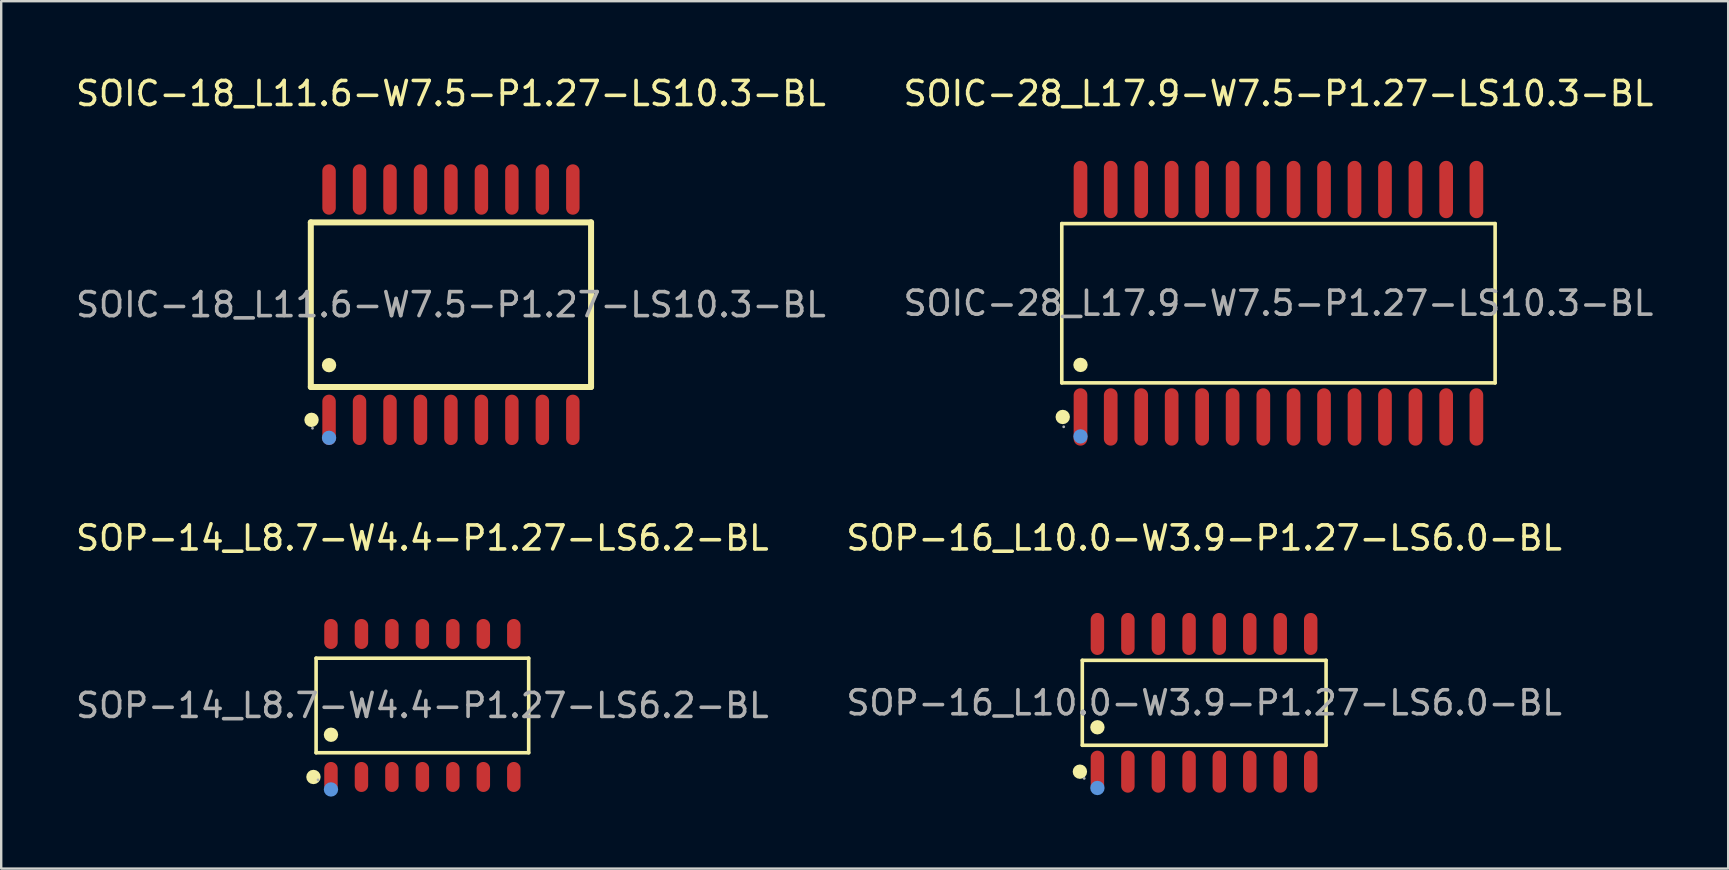
<source format=kicad_pcb>
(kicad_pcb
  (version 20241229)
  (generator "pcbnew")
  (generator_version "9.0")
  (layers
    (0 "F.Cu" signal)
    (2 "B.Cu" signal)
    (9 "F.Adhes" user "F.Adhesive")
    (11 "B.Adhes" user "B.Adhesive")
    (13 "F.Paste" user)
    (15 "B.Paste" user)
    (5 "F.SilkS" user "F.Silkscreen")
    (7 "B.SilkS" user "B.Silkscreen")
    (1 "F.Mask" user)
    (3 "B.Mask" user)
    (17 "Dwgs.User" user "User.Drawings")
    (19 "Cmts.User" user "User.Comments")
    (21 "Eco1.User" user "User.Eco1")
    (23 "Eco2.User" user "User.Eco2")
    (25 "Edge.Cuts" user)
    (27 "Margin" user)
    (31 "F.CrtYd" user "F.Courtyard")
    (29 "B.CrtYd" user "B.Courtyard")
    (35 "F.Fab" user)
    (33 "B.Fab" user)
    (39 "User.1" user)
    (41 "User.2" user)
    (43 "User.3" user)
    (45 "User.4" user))
  (footprint "SOP-16_L10.0-W3.9-P1.27-LS6.0-BL"
    (layer "F.Cu")
    (at 47.137 26.241)
    (property "Reference" "SOP-16_L10.0-W3.9-P1.27-LS6.0-BL" (at 0 -6.87 0) (layer "F.SilkS") (effects (font (size 1 1) (thickness 0.15))))
    (attr through_hole)
    (fp_line (start -5.08 -1.77) (end 5.08 -1.77) (stroke (width 0.15) (type solid)) (layer "F.SilkS"))
    (fp_line (start -5.08 1.77) (end -5.08 -1.77) (stroke (width 0.15) (type solid)) (layer "F.SilkS"))
    (fp_line (start 5.08 -1.77) (end 5.08 1.77) (stroke (width 0.15) (type solid)) (layer "F.SilkS"))
    (fp_line (start 5.08 1.77) (end -5.08 1.77) (stroke (width 0.15) (type solid)) (layer "F.SilkS"))
    (fp_circle (center -5.18 2.87) (end -5.03 2.87) (stroke (width 0.3) (type solid)) (fill no) (layer "F.SilkS"))
    (fp_circle (center -4.45 1.02) (end -4.3 1.02) (stroke (width 0.3) (type solid)) (fill no) (layer "F.SilkS"))
    (fp_circle (center -4.45 3.55) (end -4.3 3.55) (stroke (width 0.3) (type solid)) (fill no) (layer "Cmts.User"))
    (fp_circle (center -5 3.15) (end -4.97 3.15) (stroke (width 0.06) (type solid)) (fill no) (layer "F.Fab"))
    (fp_text user "${REFERENCE}" (at 0 0 0) (layer "F.Fab") (effects (font (size 1 1) (thickness 0.15))))
    (pad "1" smd oval (at -4.45 2.87) (size 0.56 1.75) (layers "F.Cu" "F.Mask" "F.Paste"))
    (pad "2" smd oval (at -3.18 2.87) (size 0.56 1.75) (layers "F.Cu" "F.Mask" "F.Paste"))
    (pad "3" smd oval (at -1.91 2.87) (size 0.56 1.75) (layers "F.Cu" "F.Mask" "F.Paste"))
    (pad "4" smd oval (at -0.63 2.87) (size 0.56 1.75) (layers "F.Cu" "F.Mask" "F.Paste"))
    (pad "5" smd oval (at 0.63 2.87) (size 0.56 1.75) (layers "F.Cu" "F.Mask" "F.Paste"))
    (pad "6" smd oval (at 1.9 2.87) (size 0.56 1.75) (layers "F.Cu" "F.Mask" "F.Paste"))
    (pad "7" smd oval (at 3.17 2.87) (size 0.56 1.75) (layers "F.Cu" "F.Mask" "F.Paste"))
    (pad "8" smd oval (at 4.44 2.87) (size 0.56 1.75) (layers "F.Cu" "F.Mask" "F.Paste"))
    (pad "9" smd oval (at 4.44 -2.87) (size 0.56 1.75) (layers "F.Cu" "F.Mask" "F.Paste"))
    (pad "10" smd oval (at 3.17 -2.87) (size 0.56 1.75) (layers "F.Cu" "F.Mask" "F.Paste"))
    (pad "11" smd oval (at 1.9 -2.87) (size 0.56 1.75) (layers "F.Cu" "F.Mask" "F.Paste"))
    (pad "12" smd oval (at 0.63 -2.87) (size 0.56 1.75) (layers "F.Cu" "F.Mask" "F.Paste"))
    (pad "13" smd oval (at -0.63 -2.87) (size 0.56 1.75) (layers "F.Cu" "F.Mask" "F.Paste"))
    (pad "14" smd oval (at -1.91 -2.87) (size 0.56 1.75) (layers "F.Cu" "F.Mask" "F.Paste"))
    (pad "15" smd oval (at -3.18 -2.87) (size 0.56 1.75) (layers "F.Cu" "F.Mask" "F.Paste"))
    (pad "16" smd oval (at -4.45 -2.87) (size 0.56 1.75) (layers "F.Cu" "F.Mask" "F.Paste")))
  (footprint "SOP-14_L8.7-W4.4-P1.27-LS6.2-BL"
    (layer "F.Cu")
    (at 14.554 26.352)
    (property "Reference" "SOP-14_L8.7-W4.4-P1.27-LS6.2-BL" (at 0 -6.98 0) (layer "F.SilkS") (effects (font (size 1 1) (thickness 0.15))))
    (attr through_hole)
    (fp_line (start -4.43 -1.97) (end 4.43 -1.97) (stroke (width 0.15) (type solid)) (layer "F.SilkS"))
    (fp_line (start -4.43 1.97) (end -4.43 -1.97) (stroke (width 0.15) (type solid)) (layer "F.SilkS"))
    (fp_line (start 4.43 -1.97) (end 4.43 1.97) (stroke (width 0.15) (type solid)) (layer "F.SilkS"))
    (fp_line (start 4.43 1.97) (end -4.43 1.97) (stroke (width 0.15) (type solid)) (layer "F.SilkS"))
    (fp_circle (center -4.54 2.98) (end -4.39 2.98) (stroke (width 0.3) (type solid)) (fill no) (layer "F.SilkS"))
    (fp_circle (center -3.81 1.22) (end -3.66 1.22) (stroke (width 0.3) (type solid)) (fill no) (layer "F.SilkS"))
    (fp_circle (center -3.81 3.5) (end -3.66 3.5) (stroke (width 0.3) (type solid)) (fill no) (layer "Cmts.User"))
    (fp_circle (center -4.35 3.1) (end -4.32 3.1) (stroke (width 0.06) (type solid)) (fill no) (layer "F.Fab"))
    (fp_text user "${REFERENCE}" (at 0 0 0) (layer "F.Fab") (effects (font (size 1 1) (thickness 0.15))))
    (pad "1" smd oval (at -3.81 2.98) (size 0.56 1.25) (layers "F.Cu" "F.Mask" "F.Paste"))
    (pad "2" smd oval (at -2.54 2.98) (size 0.56 1.25) (layers "F.Cu" "F.Mask" "F.Paste"))
    (pad "3" smd oval (at -1.27 2.98) (size 0.56 1.25) (layers "F.Cu" "F.Mask" "F.Paste"))
    (pad "4" smd oval (at 0 2.98) (size 0.56 1.25) (layers "F.Cu" "F.Mask" "F.Paste"))
    (pad "5" smd oval (at 1.27 2.98) (size 0.56 1.25) (layers "F.Cu" "F.Mask" "F.Paste"))
    (pad "6" smd oval (at 2.54 2.98) (size 0.56 1.25) (layers "F.Cu" "F.Mask" "F.Paste"))
    (pad "7" smd oval (at 3.81 2.98) (size 0.56 1.25) (layers "F.Cu" "F.Mask" "F.Paste"))
    (pad "8" smd oval (at 3.81 -2.98) (size 0.56 1.25) (layers "F.Cu" "F.Mask" "F.Paste"))
    (pad "9" smd oval (at 2.54 -2.98) (size 0.56 1.25) (layers "F.Cu" "F.Mask" "F.Paste"))
    (pad "10" smd oval (at 1.27 -2.98) (size 0.56 1.25) (layers "F.Cu" "F.Mask" "F.Paste"))
    (pad "11" smd oval (at 0 -2.98) (size 0.56 1.25) (layers "F.Cu" "F.Mask" "F.Paste"))
    (pad "12" smd oval (at -1.27 -2.98) (size 0.56 1.25) (layers "F.Cu" "F.Mask" "F.Paste"))
    (pad "13" smd oval (at -2.54 -2.98) (size 0.56 1.25) (layers "F.Cu" "F.Mask" "F.Paste"))
    (pad "14" smd oval (at -3.81 -2.98) (size 0.56 1.25) (layers "F.Cu" "F.Mask" "F.Paste")))
  (footprint "SOIC-28_L17.9-W7.5-P1.27-LS10.3-BL"
    (layer "F.Cu")
    (at 50.232 9.588)
    (property "Reference" "SOIC-28_L17.9-W7.5-P1.27-LS10.3-BL" (at 0 -8.74 0) (layer "F.SilkS") (effects (font (size 1 1) (thickness 0.15))))
    (attr through_hole)
    (fp_line (start -9.03 -3.32) (end 9.03 -3.32) (stroke (width 0.15) (type solid)) (layer "F.SilkS"))
    (fp_line (start -9.03 3.32) (end -9.03 -3.32) (stroke (width 0.15) (type solid)) (layer "F.SilkS"))
    (fp_line (start 9.03 -3.32) (end 9.03 3.32) (stroke (width 0.15) (type solid)) (layer "F.SilkS"))
    (fp_line (start 9.03 3.32) (end -9.03 3.32) (stroke (width 0.15) (type solid)) (layer "F.SilkS"))
    (fp_circle (center -8.99 4.74) (end -8.84 4.74) (stroke (width 0.3) (type solid)) (fill no) (layer "F.SilkS"))
    (fp_circle (center -8.25 2.57) (end -8.1 2.57) (stroke (width 0.3) (type solid)) (fill no) (layer "F.SilkS"))
    (fp_circle (center -8.25 5.55) (end -8.1 5.55) (stroke (width 0.3) (type solid)) (fill no) (layer "Cmts.User"))
    (fp_circle (center -8.95 5.15) (end -8.92 5.15) (stroke (width 0.06) (type solid)) (fill no) (layer "F.Fab"))
    (fp_text user "${REFERENCE}" (at 0 0 0) (layer "F.Fab") (effects (font (size 1 1) (thickness 0.15))))
    (pad "1" smd oval (at -8.25 4.74) (size 0.57 2.39) (layers "F.Cu" "F.Mask" "F.Paste"))
    (pad "2" smd oval (at -6.99 4.74) (size 0.57 2.39) (layers "F.Cu" "F.Mask" "F.Paste"))
    (pad "3" smd oval (at -5.72 4.74) (size 0.57 2.39) (layers "F.Cu" "F.Mask" "F.Paste"))
    (pad "4" smd oval (at -4.45 4.74) (size 0.57 2.39) (layers "F.Cu" "F.Mask" "F.Paste"))
    (pad "5" smd oval (at -3.18 4.74) (size 0.57 2.39) (layers "F.Cu" "F.Mask" "F.Paste"))
    (pad "6" smd oval (at -1.91 4.74) (size 0.57 2.39) (layers "F.Cu" "F.Mask" "F.Paste"))
    (pad "7" smd oval (at -0.63 4.74) (size 0.57 2.39) (layers "F.Cu" "F.Mask" "F.Paste"))
    (pad "8" smd oval (at 0.63 4.74) (size 0.57 2.39) (layers "F.Cu" "F.Mask" "F.Paste"))
    (pad "9" smd oval (at 1.9 4.74) (size 0.57 2.39) (layers "F.Cu" "F.Mask" "F.Paste"))
    (pad "10" smd oval (at 3.17 4.74) (size 0.57 2.39) (layers "F.Cu" "F.Mask" "F.Paste"))
    (pad "11" smd oval (at 4.44 4.74) (size 0.57 2.39) (layers "F.Cu" "F.Mask" "F.Paste"))
    (pad "12" smd oval (at 5.71 4.74) (size 0.57 2.39) (layers "F.Cu" "F.Mask" "F.Paste"))
    (pad "13" smd oval (at 6.99 4.74) (size 0.57 2.39) (layers "F.Cu" "F.Mask" "F.Paste"))
    (pad "14" smd oval (at 8.25 4.74) (size 0.57 2.39) (layers "F.Cu" "F.Mask" "F.Paste"))
    (pad "15" smd oval (at 8.25 -4.74) (size 0.57 2.39) (layers "F.Cu" "F.Mask" "F.Paste"))
    (pad "16" smd oval (at 6.99 -4.74) (size 0.57 2.39) (layers "F.Cu" "F.Mask" "F.Paste"))
    (pad "17" smd oval (at 5.71 -4.74) (size 0.57 2.39) (layers "F.Cu" "F.Mask" "F.Paste"))
    (pad "18" smd oval (at 4.44 -4.74) (size 0.57 2.39) (layers "F.Cu" "F.Mask" "F.Paste"))
    (pad "19" smd oval (at 3.17 -4.74) (size 0.57 2.39) (layers "F.Cu" "F.Mask" "F.Paste"))
    (pad "20" smd oval (at 1.9 -4.74) (size 0.57 2.39) (layers "F.Cu" "F.Mask" "F.Paste"))
    (pad "21" smd oval (at 0.63 -4.74) (size 0.57 2.39) (layers "F.Cu" "F.Mask" "F.Paste"))
    (pad "22" smd oval (at -0.63 -4.74) (size 0.57 2.39) (layers "F.Cu" "F.Mask" "F.Paste"))
    (pad "23" smd oval (at -1.91 -4.74) (size 0.57 2.39) (layers "F.Cu" "F.Mask" "F.Paste"))
    (pad "24" smd oval (at -3.18 -4.74) (size 0.57 2.39) (layers "F.Cu" "F.Mask" "F.Paste"))
    (pad "25" smd oval (at -4.45 -4.74) (size 0.57 2.39) (layers "F.Cu" "F.Mask" "F.Paste"))
    (pad "26" smd oval (at -5.72 -4.74) (size 0.57 2.39) (layers "F.Cu" "F.Mask" "F.Paste"))
    (pad "27" smd oval (at -6.99 -4.74) (size 0.57 2.39) (layers "F.Cu" "F.Mask" "F.Paste"))
    (pad "28" smd oval (at -8.25 -4.74) (size 0.57 2.39) (layers "F.Cu" "F.Mask" "F.Paste")))
  (footprint "SOIC-18_L11.6-W7.5-P1.27-LS10.3-BL"
    (layer "F.Cu")
    (at 15.744 9.648)
    (property "Reference" "SOIC-18_L11.6-W7.5-P1.27-LS10.3-BL" (at 0 -8.8 0) (layer "F.SilkS") (effects (font (size 1 1) (thickness 0.15))))
    (attr through_hole)
    (fp_line (start -5.84 -3.43) (end -5.84 3.43) (stroke (width 0.25) (type solid)) (layer "F.SilkS"))
    (fp_line (start -5.84 3.43) (end 5.84 3.43) (stroke (width 0.25) (type solid)) (layer "F.SilkS"))
    (fp_line (start 5.84 -3.43) (end -5.84 -3.43) (stroke (width 0.25) (type solid)) (layer "F.SilkS"))
    (fp_line (start 5.84 3.43) (end 5.84 -3.43) (stroke (width 0.25) (type solid)) (layer "F.SilkS"))
    (fp_circle (center -5.81 4.8) (end -5.66 4.8) (stroke (width 0.3) (type solid)) (fill no) (layer "F.SilkS"))
    (fp_circle (center -5.08 2.52) (end -4.93 2.52) (stroke (width 0.3) (type solid)) (fill no) (layer "F.SilkS"))
    (fp_circle (center -5.08 5.55) (end -4.93 5.55) (stroke (width 0.3) (type solid)) (fill no) (layer "Cmts.User"))
    (fp_circle (center -5.77 5.15) (end -5.74 5.15) (stroke (width 0.06) (type solid)) (fill no) (layer "F.Fab"))
    (fp_text user "${REFERENCE}" (at 0 0 0) (layer "F.Fab") (effects (font (size 1 1) (thickness 0.15))))
    (pad "1" smd oval (at -5.08 4.8) (size 0.56 2.1) (layers "F.Cu" "F.Mask" "F.Paste"))
    (pad "2" smd oval (at -3.81 4.8) (size 0.56 2.1) (layers "F.Cu" "F.Mask" "F.Paste"))
    (pad "3" smd oval (at -2.54 4.8) (size 0.56 2.1) (layers "F.Cu" "F.Mask" "F.Paste"))
    (pad "4" smd oval (at -1.27 4.8) (size 0.56 2.1) (layers "F.Cu" "F.Mask" "F.Paste"))
    (pad "5" smd oval (at 0 4.8) (size 0.56 2.1) (layers "F.Cu" "F.Mask" "F.Paste"))
    (pad "6" smd oval (at 1.27 4.8) (size 0.56 2.1) (layers "F.Cu" "F.Mask" "F.Paste"))
    (pad "7" smd oval (at 2.54 4.8) (size 0.56 2.1) (layers "F.Cu" "F.Mask" "F.Paste"))
    (pad "8" smd oval (at 3.81 4.8) (size 0.56 2.1) (layers "F.Cu" "F.Mask" "F.Paste"))
    (pad "9" smd oval (at 5.08 4.8) (size 0.56 2.1) (layers "F.Cu" "F.Mask" "F.Paste"))
    (pad "10" smd oval (at 5.08 -4.8) (size 0.56 2.1) (layers "F.Cu" "F.Mask" "F.Paste"))
    (pad "11" smd oval (at 3.81 -4.8) (size 0.56 2.1) (layers "F.Cu" "F.Mask" "F.Paste"))
    (pad "12" smd oval (at 2.54 -4.8) (size 0.56 2.1) (layers "F.Cu" "F.Mask" "F.Paste"))
    (pad "13" smd oval (at 1.27 -4.8) (size 0.56 2.1) (layers "F.Cu" "F.Mask" "F.Paste"))
    (pad "14" smd oval (at 0 -4.8) (size 0.56 2.1) (layers "F.Cu" "F.Mask" "F.Paste"))
    (pad "15" smd oval (at -1.27 -4.8) (size 0.56 2.1) (layers "F.Cu" "F.Mask" "F.Paste"))
    (pad "16" smd oval (at -2.54 -4.8) (size 0.56 2.1) (layers "F.Cu" "F.Mask" "F.Paste"))
    (pad "17" smd oval (at -3.81 -4.8) (size 0.56 2.1) (layers "F.Cu" "F.Mask" "F.Paste"))
    (pad "18" smd oval (at -5.08 -4.8) (size 0.56 2.1) (layers "F.Cu" "F.Mask" "F.Paste")))
  (gr_rect
    (start -3 -3)
    (end 68.976 33.151)
    (stroke (width 0.1) (type default))
    (fill no)
    (layer "Edge.Cuts")))
</source>
